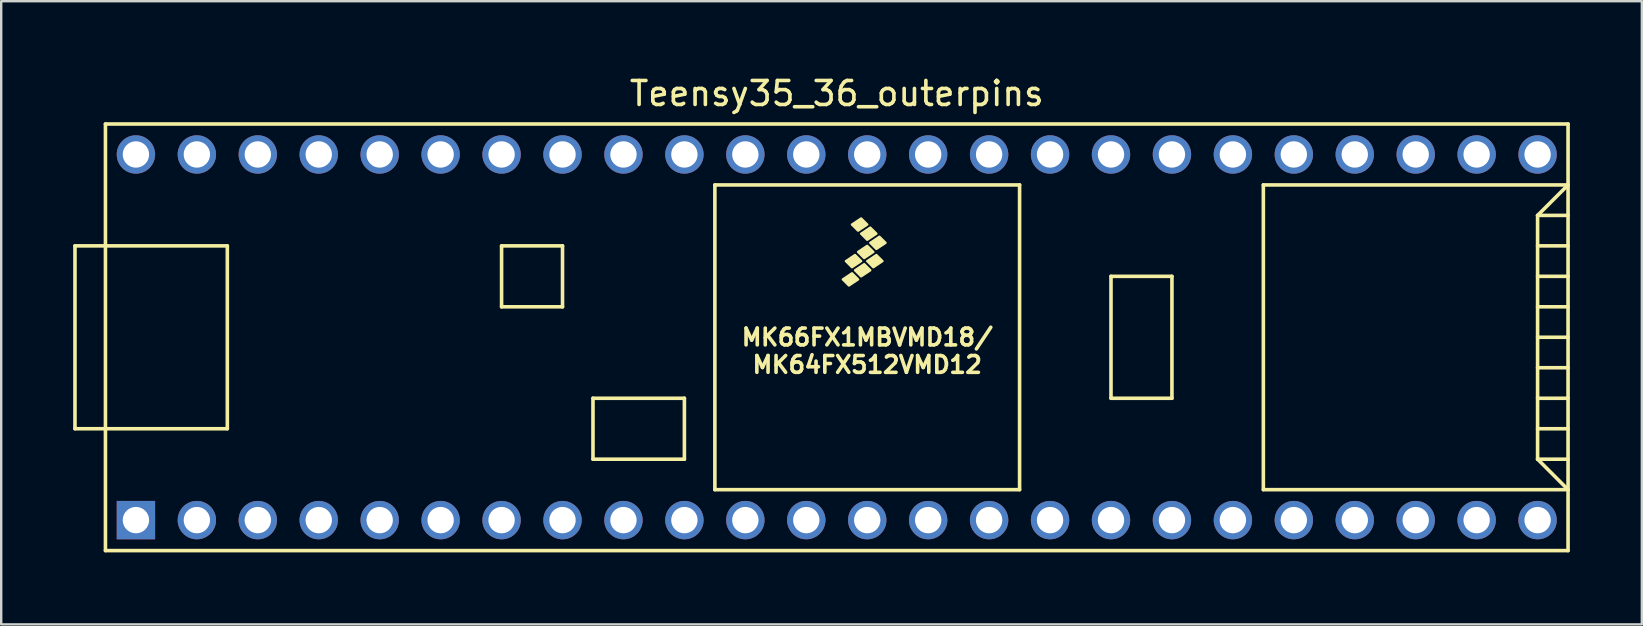
<source format=kicad_pcb>
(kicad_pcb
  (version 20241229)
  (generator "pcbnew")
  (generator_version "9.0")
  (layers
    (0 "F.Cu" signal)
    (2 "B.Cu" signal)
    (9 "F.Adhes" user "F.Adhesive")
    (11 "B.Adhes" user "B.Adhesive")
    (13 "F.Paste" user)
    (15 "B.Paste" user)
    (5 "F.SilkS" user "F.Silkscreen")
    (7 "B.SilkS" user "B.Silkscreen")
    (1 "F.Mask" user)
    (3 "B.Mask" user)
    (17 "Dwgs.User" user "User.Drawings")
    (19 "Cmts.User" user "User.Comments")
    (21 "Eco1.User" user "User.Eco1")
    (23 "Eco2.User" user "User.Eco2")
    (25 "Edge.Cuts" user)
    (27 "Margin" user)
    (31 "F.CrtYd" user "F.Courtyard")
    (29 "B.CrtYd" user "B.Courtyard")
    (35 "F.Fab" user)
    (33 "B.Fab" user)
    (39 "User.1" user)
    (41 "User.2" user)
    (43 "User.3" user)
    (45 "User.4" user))
  (footprint "Teensy35_36_outerpins"
    (layer "F.Cu")
    (at 31.825 11.008)
    (property "Reference" "Teensy35_36_outerpins" (at 0 -10.16 0) (layer "F.SilkS") (effects (font (size 1 1) (thickness 0.15))))
    (attr through_hole)
    (fp_line (start -31.75 -3.81) (end -30.48 -3.81) (stroke (width 0.15) (type solid)) (layer "F.SilkS"))
    (fp_line (start -31.75 3.81) (end -31.75 -3.81) (stroke (width 0.15) (type solid)) (layer "F.SilkS"))
    (fp_line (start -30.48 3.81) (end -31.75 3.81) (stroke (width 0.15) (type solid)) (layer "F.SilkS"))
    (fp_line (start -30.48 8.89) (end -30.48 -8.89) (stroke (width 0.15) (type solid)) (layer "F.SilkS"))
    (fp_line (start -30.48 8.89) (end 30.48 8.89) (stroke (width 0.15) (type solid)) (layer "F.SilkS"))
    (fp_line (start -25.4 -3.81) (end -30.48 -3.81) (stroke (width 0.15) (type solid)) (layer "F.SilkS"))
    (fp_line (start -25.4 3.81) (end -30.48 3.81) (stroke (width 0.15) (type solid)) (layer "F.SilkS"))
    (fp_line (start -25.4 3.81) (end -25.4 -3.81) (stroke (width 0.15) (type solid)) (layer "F.SilkS"))
    (fp_line (start -13.97 -3.81) (end -13.97 -1.27) (stroke (width 0.15) (type solid)) (layer "F.SilkS"))
    (fp_line (start -13.97 -1.27) (end -11.43 -1.27) (stroke (width 0.15) (type solid)) (layer "F.SilkS"))
    (fp_line (start -11.43 -3.81) (end -13.97 -3.81) (stroke (width 0.15) (type solid)) (layer "F.SilkS"))
    (fp_line (start -11.43 -1.27) (end -11.43 -3.81) (stroke (width 0.15) (type solid)) (layer "F.SilkS"))
    (fp_line (start -10.16 2.54) (end -6.35 2.54) (stroke (width 0.15) (type solid)) (layer "F.SilkS"))
    (fp_line (start -10.16 5.08) (end -10.16 2.54) (stroke (width 0.15) (type solid)) (layer "F.SilkS"))
    (fp_line (start -6.35 2.54) (end -6.35 5.08) (stroke (width 0.15) (type solid)) (layer "F.SilkS"))
    (fp_line (start -6.35 5.08) (end -10.16 5.08) (stroke (width 0.15) (type solid)) (layer "F.SilkS"))
    (fp_line (start -5.08 -6.35) (end -5.08 6.35) (stroke (width 0.15) (type solid)) (layer "F.SilkS"))
    (fp_line (start -5.08 -6.35) (end 7.62 -6.35) (stroke (width 0.15) (type solid)) (layer "F.SilkS"))
    (fp_line (start -5.08 6.35) (end 7.62 6.35) (stroke (width 0.15) (type solid)) (layer "F.SilkS"))
    (fp_line (start 7.62 6.35) (end 7.62 -6.35) (stroke (width 0.15) (type solid)) (layer "F.SilkS"))
    (fp_line (start 11.43 -2.54) (end 13.97 -2.54) (stroke (width 0.15) (type solid)) (layer "F.SilkS"))
    (fp_line (start 11.43 2.54) (end 11.43 -2.54) (stroke (width 0.15) (type solid)) (layer "F.SilkS"))
    (fp_line (start 13.97 -2.54) (end 13.97 2.54) (stroke (width 0.15) (type solid)) (layer "F.SilkS"))
    (fp_line (start 13.97 2.54) (end 11.43 2.54) (stroke (width 0.15) (type solid)) (layer "F.SilkS"))
    (fp_line (start 17.78 -6.35) (end 17.78 6.35) (stroke (width 0.15) (type solid)) (layer "F.SilkS"))
    (fp_line (start 17.78 6.35) (end 30.48 6.35) (stroke (width 0.15) (type solid)) (layer "F.SilkS"))
    (fp_line (start 29.21 -5.08) (end 30.48 -6.35) (stroke (width 0.15) (type solid)) (layer "F.SilkS"))
    (fp_line (start 29.21 -5.08) (end 30.48 -5.08) (stroke (width 0.15) (type solid)) (layer "F.SilkS"))
    (fp_line (start 29.21 -3.81) (end 30.48 -3.81) (stroke (width 0.15) (type solid)) (layer "F.SilkS"))
    (fp_line (start 29.21 -2.54) (end 30.48 -2.54) (stroke (width 0.15) (type solid)) (layer "F.SilkS"))
    (fp_line (start 29.21 -1.27) (end 30.48 -1.27) (stroke (width 0.15) (type solid)) (layer "F.SilkS"))
    (fp_line (start 29.21 0) (end 30.48 0) (stroke (width 0.15) (type solid)) (layer "F.SilkS"))
    (fp_line (start 29.21 1.27) (end 30.48 1.27) (stroke (width 0.15) (type solid)) (layer "F.SilkS"))
    (fp_line (start 29.21 2.54) (end 30.48 2.54) (stroke (width 0.15) (type solid)) (layer "F.SilkS"))
    (fp_line (start 29.21 3.81) (end 30.48 3.81) (stroke (width 0.15) (type solid)) (layer "F.SilkS"))
    (fp_line (start 29.21 5.08) (end 29.21 -5.08) (stroke (width 0.15) (type solid)) (layer "F.SilkS"))
    (fp_line (start 29.21 5.08) (end 30.48 5.08) (stroke (width 0.15) (type solid)) (layer "F.SilkS"))
    (fp_line (start 30.48 -8.89) (end -30.48 -8.89) (stroke (width 0.15) (type solid)) (layer "F.SilkS"))
    (fp_line (start 30.48 -8.89) (end 30.48 8.89) (stroke (width 0.15) (type solid)) (layer "F.SilkS"))
    (fp_line (start 30.48 -6.35) (end 17.78 -6.35) (stroke (width 0.15) (type solid)) (layer "F.SilkS"))
    (fp_line (start 30.48 6.35) (end 29.21 5.08) (stroke (width 0.15) (type solid)) (layer "F.SilkS"))
    (fp_poly (pts (xy 0.635 -2.667) (xy 0.889 -2.413) (xy 0.508 -2.159) (xy 0.254 -2.413)) (stroke (width 0.1) (type solid)) (fill yes) (layer "F.SilkS"))
    (fp_poly (pts (xy 0.762 -3.429) (xy 1.016 -3.175) (xy 0.635 -2.921) (xy 0.381 -3.175)) (stroke (width 0.1) (type solid)) (fill yes) (layer "F.SilkS"))
    (fp_poly (pts (xy 1.016 -4.953) (xy 1.27 -4.699) (xy 0.889 -4.445) (xy 0.635 -4.699)) (stroke (width 0.1) (type solid)) (fill yes) (layer "F.SilkS"))
    (fp_poly (pts (xy 1.143 -3.048) (xy 1.397 -2.794) (xy 1.016 -2.54) (xy 0.762 -2.794)) (stroke (width 0.1) (type solid)) (fill yes) (layer "F.SilkS"))
    (fp_poly (pts (xy 1.27 -3.81) (xy 1.524 -3.556) (xy 1.143 -3.302) (xy 0.889 -3.556)) (stroke (width 0.1) (type solid)) (fill yes) (layer "F.SilkS"))
    (fp_poly (pts (xy 1.397 -4.572) (xy 1.651 -4.318) (xy 1.27 -4.064) (xy 1.016 -4.318)) (stroke (width 0.1) (type solid)) (fill yes) (layer "F.SilkS"))
    (fp_poly (pts (xy 1.651 -3.429) (xy 1.905 -3.175) (xy 1.524 -2.921) (xy 1.27 -3.175)) (stroke (width 0.1) (type solid)) (fill yes) (layer "F.SilkS"))
    (fp_poly (pts (xy 1.778 -4.191) (xy 2.032 -3.937) (xy 1.651 -3.683) (xy 1.397 -3.937)) (stroke (width 0.1) (type solid)) (fill yes) (layer "F.SilkS"))
    (fp_text user "MK64FX512VMD12" (at 1.27 1.143 0) (layer "F.SilkS") (effects (font (size 0.7 0.7) (thickness 0.15))))
    (fp_text user "MK66FX1MBVMD18/" (at 1.27 0 0) (layer "F.SilkS") (effects (font (size 0.7 0.7) (thickness 0.15))))
    (pad "1" thru_hole rect (at -29.21 7.62) (size 1.6 1.6) (drill 1.1) (layers "*.Cu" "*.Mask"))
    (pad "2" thru_hole circle (at -26.67 7.62) (size 1.6 1.6) (drill 1.1) (layers "*.Cu" "*.Mask"))
    (pad "3" thru_hole circle (at -24.13 7.62) (size 1.6 1.6) (drill 1.1) (layers "*.Cu" "*.Mask"))
    (pad "4" thru_hole circle (at -21.59 7.62) (size 1.6 1.6) (drill 1.1) (layers "*.Cu" "*.Mask"))
    (pad "5" thru_hole circle (at -19.05 7.62) (size 1.6 1.6) (drill 1.1) (layers "*.Cu" "*.Mask"))
    (pad "6" thru_hole circle (at -16.51 7.62) (size 1.6 1.6) (drill 1.1) (layers "*.Cu" "*.Mask"))
    (pad "7" thru_hole circle (at -13.97 7.62) (size 1.6 1.6) (drill 1.1) (layers "*.Cu" "*.Mask"))
    (pad "8" thru_hole circle (at -11.43 7.62) (size 1.6 1.6) (drill 1.1) (layers "*.Cu" "*.Mask"))
    (pad "9" thru_hole circle (at -8.89 7.62) (size 1.6 1.6) (drill 1.1) (layers "*.Cu" "*.Mask"))
    (pad "10" thru_hole circle (at -6.35 7.62) (size 1.6 1.6) (drill 1.1) (layers "*.Cu" "*.Mask"))
    (pad "11" thru_hole circle (at -3.81 7.62) (size 1.6 1.6) (drill 1.1) (layers "*.Cu" "*.Mask"))
    (pad "12" thru_hole circle (at -1.27 7.62) (size 1.6 1.6) (drill 1.1) (layers "*.Cu" "*.Mask"))
    (pad "13" thru_hole circle (at 1.27 7.62) (size 1.6 1.6) (drill 1.1) (layers "*.Cu" "*.Mask"))
    (pad "14" thru_hole circle (at 3.81 7.62) (size 1.6 1.6) (drill 1.1) (layers "*.Cu" "*.Mask"))
    (pad "15" thru_hole circle (at 6.35 7.62) (size 1.6 1.6) (drill 1.1) (layers "*.Cu" "*.Mask"))
    (pad "16" thru_hole circle (at 8.89 7.62) (size 1.6 1.6) (drill 1.1) (layers "*.Cu" "*.Mask"))
    (pad "17" thru_hole circle (at 11.43 7.62) (size 1.6 1.6) (drill 1.1) (layers "*.Cu" "*.Mask"))
    (pad "18" thru_hole circle (at 13.97 7.62) (size 1.6 1.6) (drill 1.1) (layers "*.Cu" "*.Mask"))
    (pad "19" thru_hole circle (at 16.51 7.62) (size 1.6 1.6) (drill 1.1) (layers "*.Cu" "*.Mask"))
    (pad "20" thru_hole circle (at 19.05 7.62) (size 1.6 1.6) (drill 1.1) (layers "*.Cu" "*.Mask"))
    (pad "21" thru_hole circle (at 21.59 7.62) (size 1.6 1.6) (drill 1.1) (layers "*.Cu" "*.Mask"))
    (pad "22" thru_hole circle (at 24.13 7.62) (size 1.6 1.6) (drill 1.1) (layers "*.Cu" "*.Mask"))
    (pad "23" thru_hole circle (at 26.67 7.62) (size 1.6 1.6) (drill 1.1) (layers "*.Cu" "*.Mask"))
    (pad "24" thru_hole circle (at 29.21 7.62) (size 1.6 1.6) (drill 1.1) (layers "*.Cu" "*.Mask"))
    (pad "30" thru_hole circle (at 29.21 -7.62) (size 1.6 1.6) (drill 1.1) (layers "*.Cu" "*.Mask"))
    (pad "31" thru_hole circle (at 26.67 -7.62) (size 1.6 1.6) (drill 1.1) (layers "*.Cu" "*.Mask"))
    (pad "32" thru_hole circle (at 24.13 -7.62) (size 1.6 1.6) (drill 1.1) (layers "*.Cu" "*.Mask"))
    (pad "33" thru_hole circle (at 21.59 -7.62) (size 1.6 1.6) (drill 1.1) (layers "*.Cu" "*.Mask"))
    (pad "34" thru_hole circle (at 19.05 -7.62) (size 1.6 1.6) (drill 1.1) (layers "*.Cu" "*.Mask"))
    (pad "35" thru_hole circle (at 16.51 -7.62) (size 1.6 1.6) (drill 1.1) (layers "*.Cu" "*.Mask"))
    (pad "36" thru_hole circle (at 13.97 -7.62) (size 1.6 1.6) (drill 1.1) (layers "*.Cu" "*.Mask"))
    (pad "37" thru_hole circle (at 11.43 -7.62) (size 1.6 1.6) (drill 1.1) (layers "*.Cu" "*.Mask"))
    (pad "38" thru_hole circle (at 8.89 -7.62) (size 1.6 1.6) (drill 1.1) (layers "*.Cu" "*.Mask"))
    (pad "39" thru_hole circle (at 6.35 -7.62) (size 1.6 1.6) (drill 1.1) (layers "*.Cu" "*.Mask"))
    (pad "40" thru_hole circle (at 3.81 -7.62) (size 1.6 1.6) (drill 1.1) (layers "*.Cu" "*.Mask"))
    (pad "41" thru_hole circle (at 1.27 -7.62) (size 1.6 1.6) (drill 1.1) (layers "*.Cu" "*.Mask"))
    (pad "42" thru_hole circle (at -1.27 -7.62) (size 1.6 1.6) (drill 1.1) (layers "*.Cu" "*.Mask"))
    (pad "43" thru_hole circle (at -3.81 -7.62) (size 1.6 1.6) (drill 1.1) (layers "*.Cu" "*.Mask"))
    (pad "44" thru_hole circle (at -6.35 -7.62) (size 1.6 1.6) (drill 1.1) (layers "*.Cu" "*.Mask"))
    (pad "45" thru_hole circle (at -8.89 -7.62) (size 1.6 1.6) (drill 1.1) (layers "*.Cu" "*.Mask"))
    (pad "46" thru_hole circle (at -11.43 -7.62) (size 1.6 1.6) (drill 1.1) (layers "*.Cu" "*.Mask"))
    (pad "47" thru_hole circle (at -13.97 -7.62) (size 1.6 1.6) (drill 1.1) (layers "*.Cu" "*.Mask"))
    (pad "48" thru_hole circle (at -16.51 -7.62) (size 1.6 1.6) (drill 1.1) (layers "*.Cu" "*.Mask"))
    (pad "49" thru_hole circle (at -19.05 -7.62) (size 1.6 1.6) (drill 1.1) (layers "*.Cu" "*.Mask"))
    (pad "50" thru_hole circle (at -21.59 -7.62) (size 1.6 1.6) (drill 1.1) (layers "*.Cu" "*.Mask"))
    (pad "51" thru_hole circle (at -24.13 -7.62) (size 1.6 1.6) (drill 1.1) (layers "*.Cu" "*.Mask"))
    (pad "52" thru_hole circle (at -26.67 -7.62) (size 1.6 1.6) (drill 1.1) (layers "*.Cu" "*.Mask"))
    (pad "53" thru_hole circle (at -29.21 -7.62) (size 1.6 1.6) (drill 1.1) (layers "*.Cu" "*.Mask")))
  (gr_rect
    (start -3 -3)
    (end 65.38 22.973)
    (stroke (width 0.1) (type default))
    (fill no)
    (layer "Edge.Cuts")))
</source>
